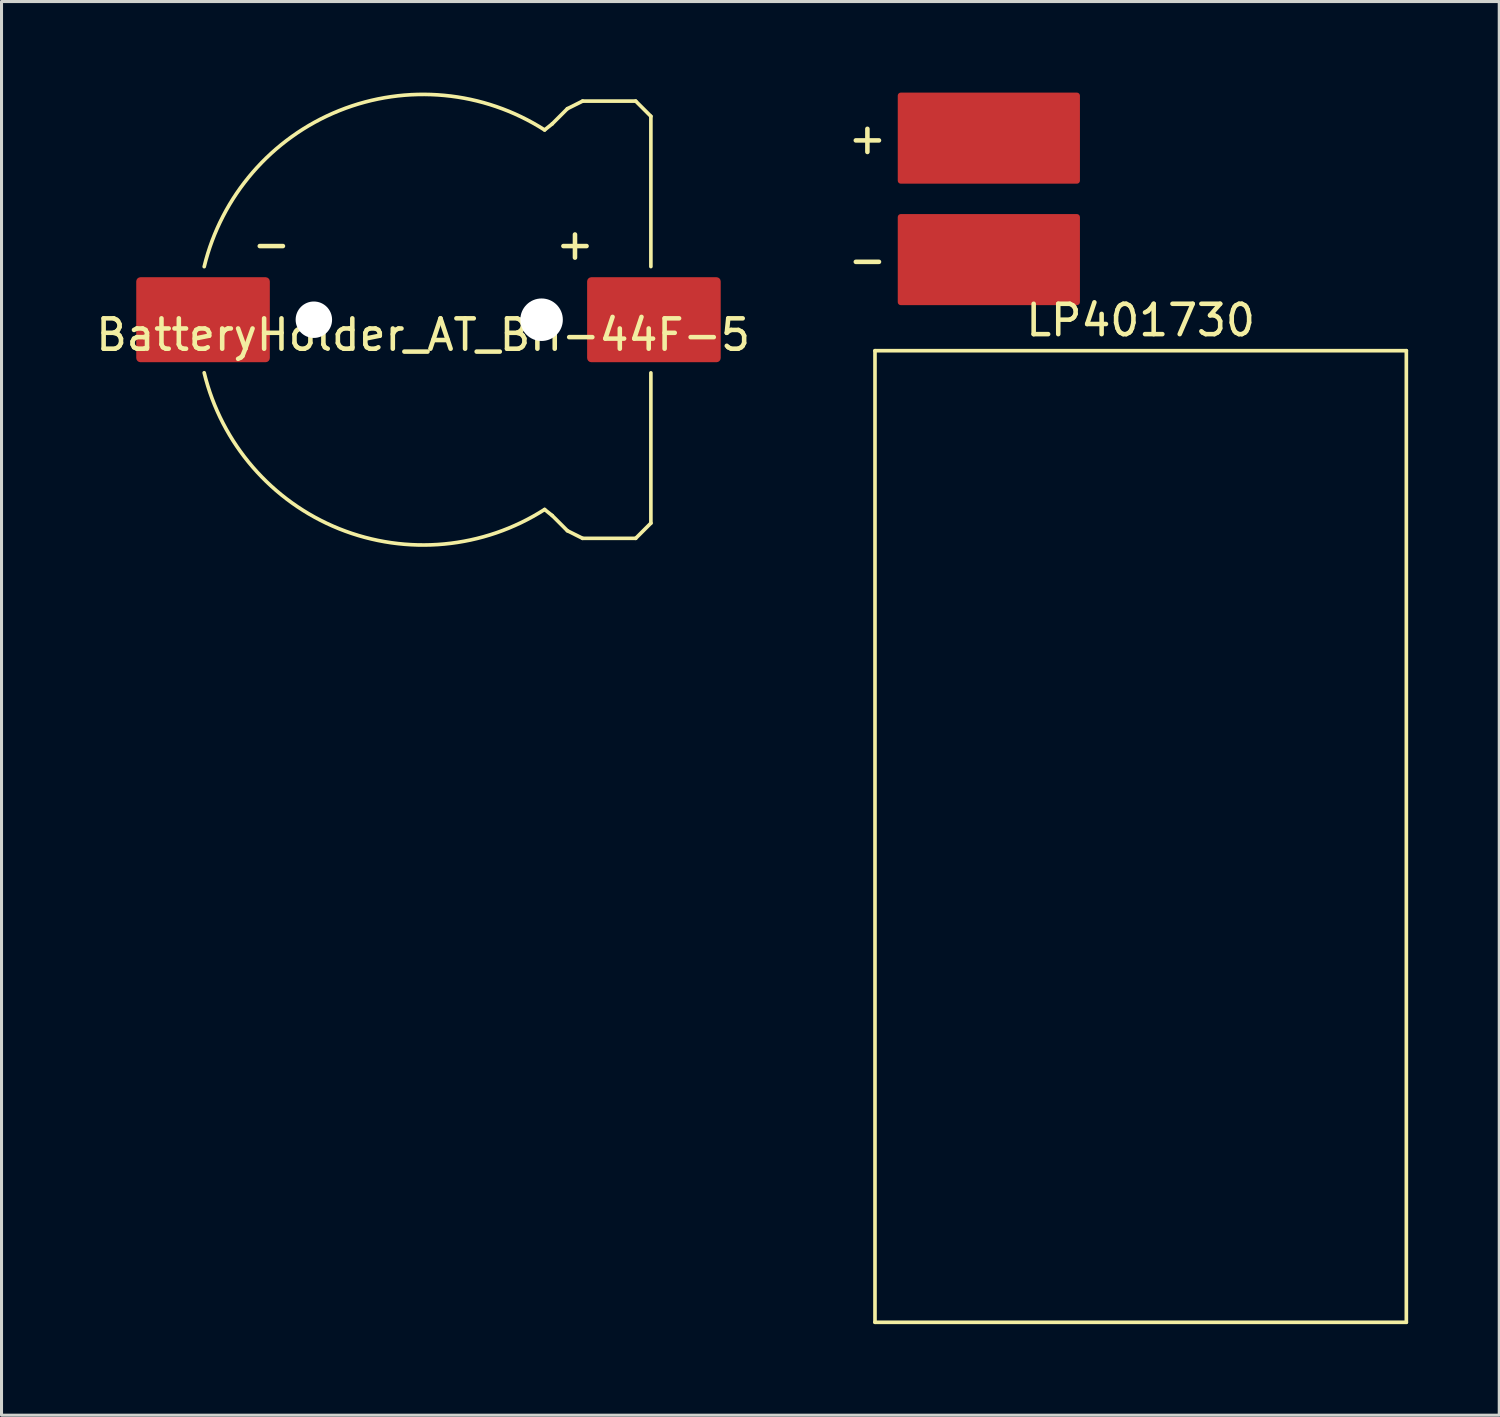
<source format=kicad_pcb>
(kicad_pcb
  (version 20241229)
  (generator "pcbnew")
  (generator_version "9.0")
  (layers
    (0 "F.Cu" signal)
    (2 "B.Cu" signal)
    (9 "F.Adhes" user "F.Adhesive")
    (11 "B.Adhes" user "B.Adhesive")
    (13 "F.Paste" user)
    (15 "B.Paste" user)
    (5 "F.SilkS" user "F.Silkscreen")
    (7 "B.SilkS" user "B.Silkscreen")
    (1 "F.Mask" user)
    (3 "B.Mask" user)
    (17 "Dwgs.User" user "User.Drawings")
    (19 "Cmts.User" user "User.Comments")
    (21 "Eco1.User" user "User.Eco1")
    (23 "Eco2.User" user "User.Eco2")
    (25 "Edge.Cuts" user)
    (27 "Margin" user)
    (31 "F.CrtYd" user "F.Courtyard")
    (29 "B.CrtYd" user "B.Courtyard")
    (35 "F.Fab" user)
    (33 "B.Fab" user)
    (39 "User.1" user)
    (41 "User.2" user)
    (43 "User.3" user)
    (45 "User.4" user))
  (footprint "LP401730"
    (layer "F.Cu")
    (at 34.518 24.5)
    (property "Reference" "LP401730" (at 0 -17 0) (layer "F.SilkS") (effects (font (size 1 1) (thickness 0.15))))
    (attr through_hole)
    (fp_line (start -8.75 -16) (end -8.75 16) (stroke (width 0.12) (type solid)) (layer "F.SilkS"))
    (fp_line (start -8.75 16) (end 8.75 16) (stroke (width 0.12) (type solid)) (layer "F.SilkS"))
    (fp_line (start 8.75 -16) (end -8.75 -16) (stroke (width 0.12) (type solid)) (layer "F.SilkS"))
    (fp_line (start 8.75 16) (end 8.75 -16) (stroke (width 0.12) (type solid)) (layer "F.SilkS"))
    (fp_text user "+" (at -9 -23 0) (layer "F.SilkS") (effects (font (size 1 1) (thickness 0.15))))
    (fp_text user "-" (at -9 -19 0) (layer "F.SilkS") (effects (font (size 1 1) (thickness 0.15))))
    (pad "1" smd roundrect (at -5 -23) (size 6 3) (layers "F.Cu" "F.Mask" "F.Paste") (roundrect_rratio 0.033))
    (pad "2" smd roundrect (at -5 -19) (size 6 3) (layers "F.Cu" "F.Mask" "F.Paste") (roundrect_rratio 0.033)))
  (footprint "BatteryHolder_AT_BH-44F-5"
    (layer "F.Cu")
    (at 10.887 7.48)
    (property "Reference" "BatteryHolder_AT_BH-44F-5" (at 0 0.5 0) (layer "F.SilkS") (effects (font (size 1 1) (thickness 0.15))))
    (attr through_hole)
    (fp_line (start 4.25 -6.45) (end 4 -6.25) (stroke (width 0.12) (type solid)) (layer "F.SilkS"))
    (fp_line (start 4.25 6.45) (end 4 6.25) (stroke (width 0.12) (type solid)) (layer "F.SilkS"))
    (fp_line (start 4.75 -6.95) (end 4.25 -6.45) (stroke (width 0.12) (type solid)) (layer "F.SilkS"))
    (fp_line (start 4.75 6.95) (end 4.25 6.45) (stroke (width 0.12) (type solid)) (layer "F.SilkS"))
    (fp_line (start 5.25 -7.2) (end 4.75 -6.95) (stroke (width 0.12) (type solid)) (layer "F.SilkS"))
    (fp_line (start 5.25 7.2) (end 4.75 6.95) (stroke (width 0.12) (type solid)) (layer "F.SilkS"))
    (fp_line (start 7 -7.2) (end 5.25 -7.2) (stroke (width 0.12) (type solid)) (layer "F.SilkS"))
    (fp_line (start 7 7.2) (end 5.25 7.2) (stroke (width 0.12) (type solid)) (layer "F.SilkS"))
    (fp_line (start 7.5 -6.7) (end 7 -7.2) (stroke (width 0.12) (type solid)) (layer "F.SilkS"))
    (fp_line (start 7.5 -1.75) (end 7.5 -6.7) (stroke (width 0.12) (type solid)) (layer "F.SilkS"))
    (fp_line (start 7.5 1.75) (end 7.5 6.7) (stroke (width 0.12) (type solid)) (layer "F.SilkS"))
    (fp_line (start 7.5 6.7) (end 7 7.2) (stroke (width 0.12) (type solid)) (layer "F.SilkS"))
    (fp_arc (start -7.211762 -1.747273) (mid -2.76541 -6.885854) (end 3.999999 -6.249999) (stroke (width 0.12) (type solid)) (layer "F.SilkS"))
    (fp_arc (start 3.999999 6.249999) (mid -2.76541 6.885854) (end -7.211762 1.747273) (stroke (width 0.12) (type solid)) (layer "F.SilkS"))
    (fp_text user "-" (at -5 -2.5 0) (layer "F.SilkS") (effects (font (size 1 1) (thickness 0.15))))
    (fp_text user "+" (at 5 -2.5 0) (layer "F.SilkS") (effects (font (size 1 1) (thickness 0.15))))
    (pad "" np_thru_hole circle (at -3.6 0) (size 1.2 1.2) (drill 1.2) (layers "*.Cu" "*.Mask"))
    (pad "" np_thru_hole circle (at 3.9 0) (size 1.4 1.4) (drill 1.4) (layers "*.Cu" "*.Mask"))
    (pad "1" smd roundrect (at 7.6 0) (size 4.4 2.8) (layers "F.Cu" "F.Mask" "F.Paste") (roundrect_rratio 0.05))
    (pad "2" smd roundrect (at -7.25 0) (size 4.4 2.8) (layers "F.Cu" "F.Mask" "F.Paste") (roundrect_rratio 0.05)))
  (gr_rect
    (start -3 -3)
    (end 46.328 43.56)
    (stroke (width 0.1) (type default))
    (fill no)
    (layer "Edge.Cuts")))
</source>
